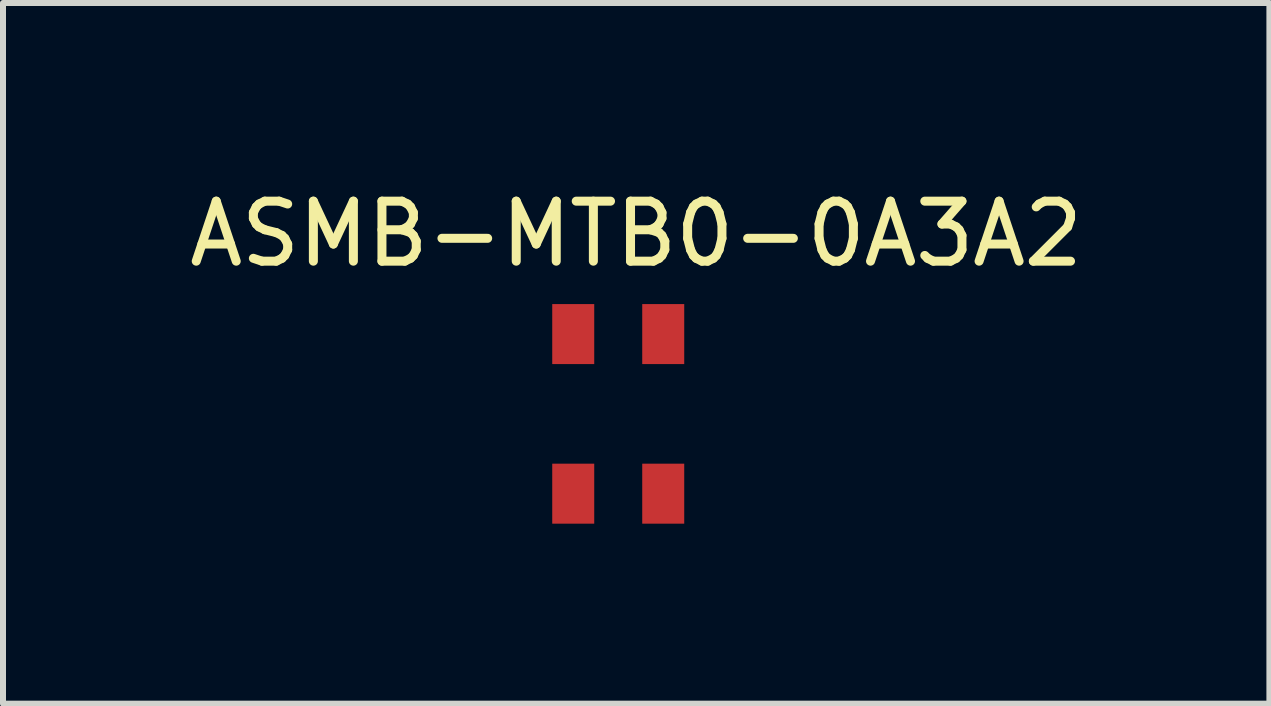
<source format=kicad_pcb>
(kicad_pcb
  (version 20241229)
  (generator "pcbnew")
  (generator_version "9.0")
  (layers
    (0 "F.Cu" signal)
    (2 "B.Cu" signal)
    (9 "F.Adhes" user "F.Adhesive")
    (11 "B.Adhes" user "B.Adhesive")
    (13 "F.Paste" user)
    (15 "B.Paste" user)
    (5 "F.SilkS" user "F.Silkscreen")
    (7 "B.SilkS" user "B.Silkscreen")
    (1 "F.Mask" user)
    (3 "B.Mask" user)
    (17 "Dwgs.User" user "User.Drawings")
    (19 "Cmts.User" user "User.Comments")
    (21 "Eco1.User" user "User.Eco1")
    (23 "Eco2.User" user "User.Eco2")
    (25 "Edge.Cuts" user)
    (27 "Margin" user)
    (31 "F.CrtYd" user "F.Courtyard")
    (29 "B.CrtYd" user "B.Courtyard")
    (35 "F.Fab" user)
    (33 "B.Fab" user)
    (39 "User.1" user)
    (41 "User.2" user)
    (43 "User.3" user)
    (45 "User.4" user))
  (footprint "ASMB-MTB0-0A3A2"
    (layer "F.Cu")
    (at 7.254 3.848)
    (property "Reference" "ASMB-MTB0-0A3A2" (at 0.3 -3 0) (layer "F.SilkS") (effects (font (size 1 1) (thickness 0.15))))
    (attr through_hole)
    (pad "1" smd rect (at -0.75 1.33) (size 0.7 1) (layers "F.Cu" "F.Mask" "F.Paste"))
    (pad "2" smd rect (at -0.75 -1.33) (size 0.7 1) (layers "F.Cu" "F.Mask" "F.Paste"))
    (pad "3" smd rect (at 0.75 -1.33) (size 0.7 1) (layers "F.Cu" "F.Mask" "F.Paste"))
    (pad "4" smd rect (at 0.75 1.33) (size 0.7 1) (layers "F.Cu" "F.Mask" "F.Paste")))
  (gr_rect
    (start -3 -3)
    (end 18.107 8.678)
    (stroke (width 0.1) (type default))
    (fill no)
    (layer "Edge.Cuts")))
</source>
